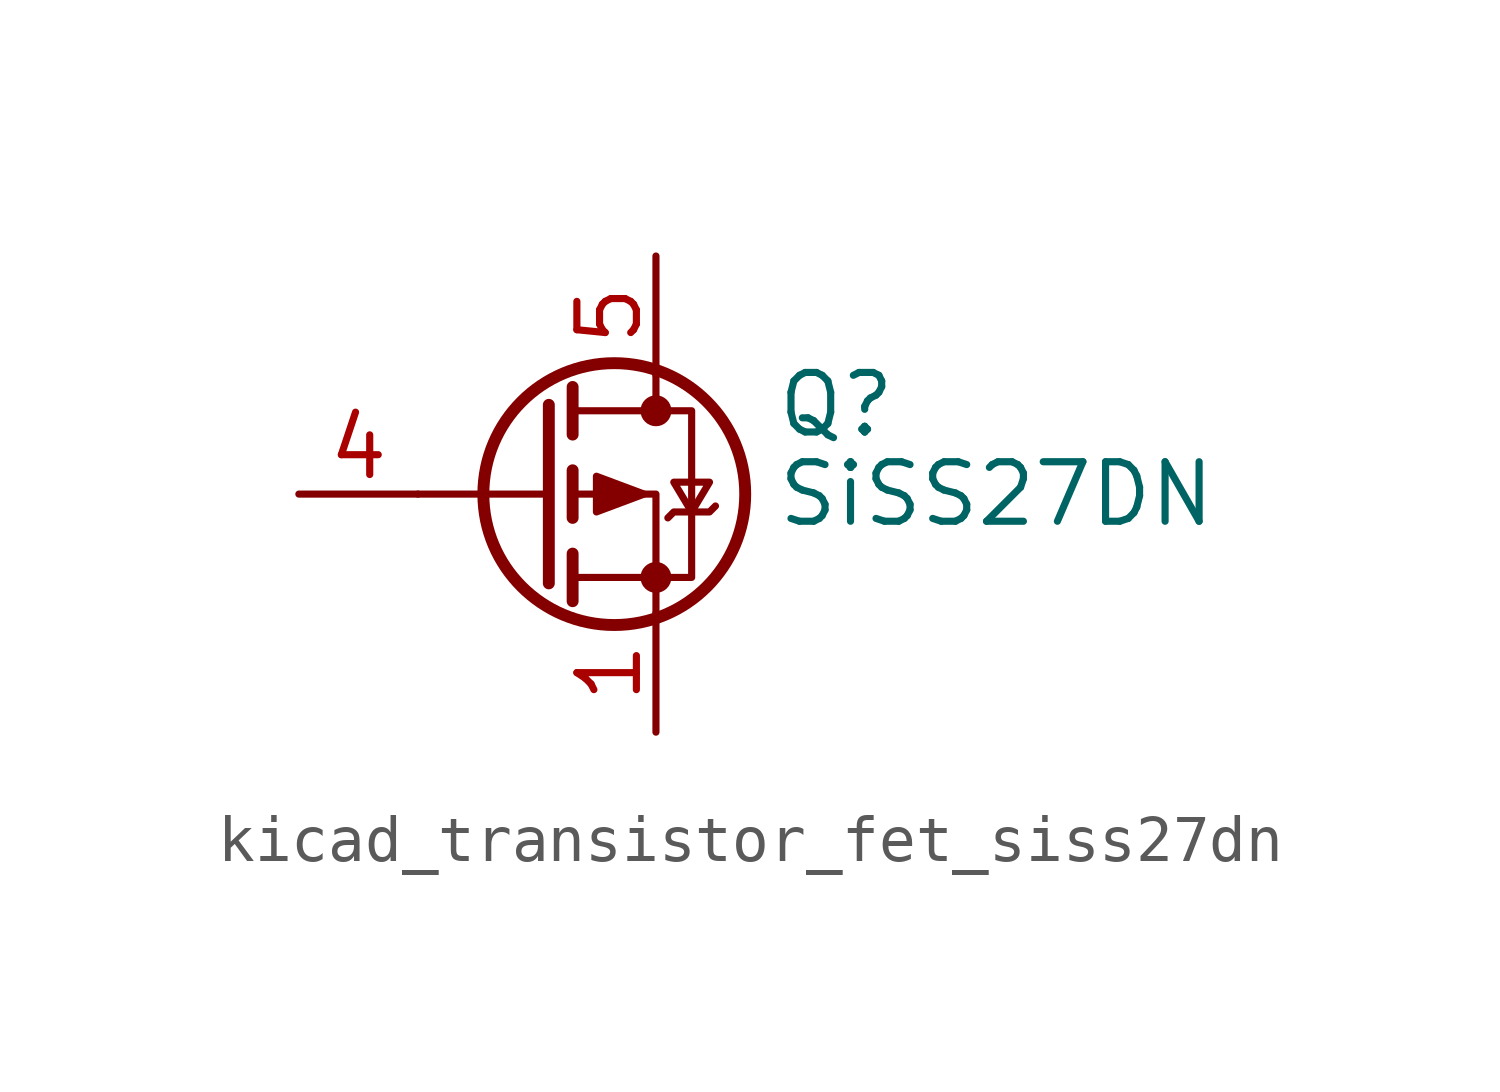
<source format=kicad_sym>
(kicad_symbol_lib
  (version 20220914)
  (generator kicad_symbol_editor)
  (symbol "kicad_transistor_fet_siss27dn"
    (pin_names hide)
    (property "Reference" "Q"
      (at 5.08 1.905 0)
      (effects (font (size 1.27 1.27)) (justify left)))
    (property "Value" "SiSS27DN"
      (at 5.08 0 0)
      (effects (font (size 1.27 1.27)) (justify left)))
    (symbol "kicad_transistor_fet_siss27dn_0_1"
      (polyline (pts (xy 0.254 0) (xy -2.54 0)) (stroke (width 0) (type default)) (fill (type none)))
      (polyline (pts (xy 0.254 1.905) (xy 0.254 -1.905)) (stroke (width 0.254) (type default)) (fill (type none)))
      (polyline (pts (xy 0.762 -1.27) (xy 0.762 -2.286)) (stroke (width 0.254) (type default)) (fill (type none)))
      (polyline (pts (xy 0.762 0.508) (xy 0.762 -0.508)) (stroke (width 0.254) (type default)) (fill (type none)))
      (polyline (pts (xy 0.762 2.286) (xy 0.762 1.27)) (stroke (width 0.254) (type default)) (fill (type none)))
      (polyline (pts (xy 2.54 2.54) (xy 2.54 1.778)) (stroke (width 0) (type default)) (fill (type none)))
      (polyline (pts (xy 2.54 -2.54) (xy 2.54 0) (xy 0.762 0)) (stroke (width 0) (type default)) (fill (type none)))
      (polyline (pts (xy 0.762 1.778) (xy 3.302 1.778) (xy 3.302 -1.778) (xy 0.762 -1.778)) (stroke (width 0) (type default)) (fill (type none)))
      (polyline (pts (xy 2.286 0) (xy 1.27 0.381) (xy 1.27 -0.381) (xy 2.286 0)) (stroke (width 0) (type default)) (fill (type outline)))
      (polyline (pts (xy 2.794 -0.508) (xy 2.921 -0.381) (xy 3.683 -0.381) (xy 3.81 -0.254)) (stroke (width 0) (type default)) (fill (type none)))
      (polyline (pts (xy 3.302 -0.381) (xy 2.921 0.254) (xy 3.683 0.254) (xy 3.302 -0.381)) (stroke (width 0) (type default)) (fill (type none)))
      (circle (center 1.651 0) (radius 2.794) (stroke (width 0.254) (type default)) (fill (type none)))
      (circle (center 2.54 -1.778) (radius 0.254) (stroke (width 0) (type default)) (fill (type outline)))
      (circle (center 2.54 1.778) (radius 0.254) (stroke (width 0) (type default)) (fill (type outline))))
    (symbol "kicad_transistor_fet_siss27dn_1_1"
      (pin passive line (at 2.54 -5.08 90) (length 2.54) (name "S" (effects (font (size 1.27 1.27)))) (number "1" (effects (font (size 1.27 1.27)))))
      (pin passive line (at 2.54 -5.08 90) (length 2.54) hide (name "S" (effects (font (size 1.27 1.27)))) (number "2" (effects (font (size 1.27 1.27)))))
      (pin passive line (at 2.54 -5.08 90) (length 2.54) hide (name "S" (effects (font (size 1.27 1.27)))) (number "3" (effects (font (size 1.27 1.27)))))
      (pin passive line (at -5.08 0 0) (length 2.54) (name "G" (effects (font (size 1.27 1.27)))) (number "4" (effects (font (size 1.27 1.27)))))
      (pin passive line (at 2.54 5.08 270) (length 2.54) (name "D" (effects (font (size 1.27 1.27)))) (number "5" (effects (font (size 1.27 1.27))))))))
</source>
